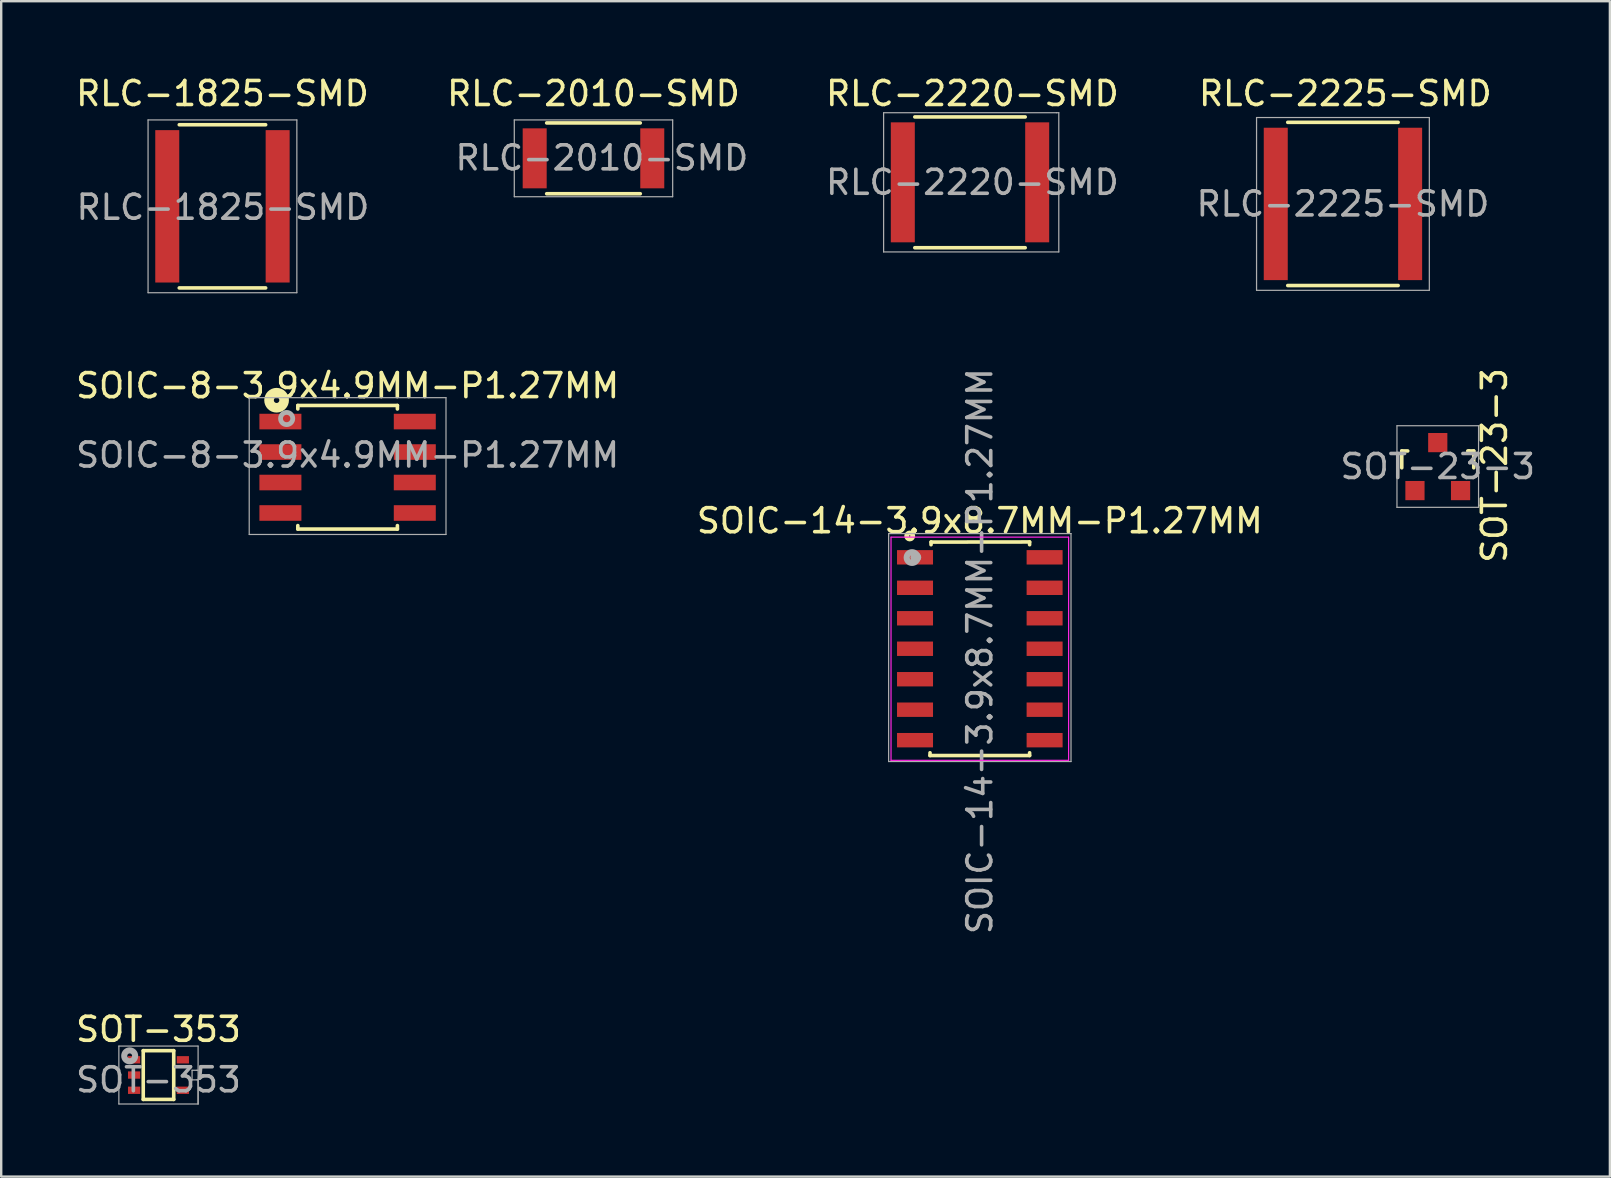
<source format=kicad_pcb>
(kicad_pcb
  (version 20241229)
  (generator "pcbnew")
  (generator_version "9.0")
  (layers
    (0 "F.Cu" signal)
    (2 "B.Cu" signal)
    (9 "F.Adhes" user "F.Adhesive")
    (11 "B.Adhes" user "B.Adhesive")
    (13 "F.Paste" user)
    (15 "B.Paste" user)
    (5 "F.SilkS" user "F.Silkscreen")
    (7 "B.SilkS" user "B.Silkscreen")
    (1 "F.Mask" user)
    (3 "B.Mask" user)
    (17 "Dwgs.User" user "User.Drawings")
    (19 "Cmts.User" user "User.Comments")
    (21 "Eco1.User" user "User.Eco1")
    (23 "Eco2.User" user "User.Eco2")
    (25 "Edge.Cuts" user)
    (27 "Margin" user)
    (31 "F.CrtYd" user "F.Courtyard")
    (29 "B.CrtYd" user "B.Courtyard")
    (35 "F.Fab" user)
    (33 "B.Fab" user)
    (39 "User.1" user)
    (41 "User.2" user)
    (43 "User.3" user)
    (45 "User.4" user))
  (footprint "RLC-2225-SMD"
    (layer "F.Cu")
    (at 52.912 5.448)
    (property "Reference" "RLC-2225-SMD" (at 0 0 0) (layer "F.Fab") (effects (font (size 1 1) (thickness 0.15))))
    (attr smd)
    (fp_line (start -2.3 3.4) (end 2.3 3.4) (stroke (width 0.15) (type solid)) (layer "F.SilkS"))
    (fp_line (start 2.3 -3.4) (end -2.3 -3.4) (stroke (width 0.15) (type solid)) (layer "F.SilkS"))
    (fp_line (start -3.6 -3.6) (end -3.6 3.6) (stroke (width 0.051) (type solid)) (layer "F.Fab"))
    (fp_line (start -3.6 3.6) (end 3.6 3.6) (stroke (width 0.051) (type solid)) (layer "F.Fab"))
    (fp_line (start 3.6 -3.6) (end -3.6 -3.6) (stroke (width 0.051) (type solid)) (layer "F.Fab"))
    (fp_line (start 3.6 3.6) (end 3.6 -3.6) (stroke (width 0.051) (type solid)) (layer "F.Fab"))
    (fp_text user "${REFERENCE}" (at 0.1 -4.6 0) (layer "F.SilkS") (effects (font (size 1 1) (thickness 0.15))))
    (pad "1" smd rect (at -2.8 0) (size 1 6.35) (layers "F.Cu" "F.Mask" "F.Paste"))
    (pad "2" smd rect (at 2.8 0) (size 1 6.35) (layers "F.Cu" "F.Mask" "F.Paste")))
  (footprint "RLC-2220-SMD"
    (layer "F.Cu")
    (at 37.371 4.548)
    (property "Reference" "RLC-2220-SMD" (at 0.1 0 0) (layer "F.Fab") (effects (font (size 1 1) (thickness 0.15))))
    (attr smd)
    (fp_line (start -2.3 2.725) (end 2.3 2.725) (stroke (width 0.15) (type solid)) (layer "F.SilkS"))
    (fp_line (start 2.3 -2.725) (end -2.3 -2.725) (stroke (width 0.15) (type solid)) (layer "F.SilkS"))
    (fp_line (start -3.6 -2.9) (end -3.6 2.9) (stroke (width 0.051) (type solid)) (layer "F.Fab"))
    (fp_line (start -3.6 2.9) (end 3.7 2.9) (stroke (width 0.051) (type solid)) (layer "F.Fab"))
    (fp_line (start 3.6 -2.9) (end -3.6 -2.9) (stroke (width 0.051) (type solid)) (layer "F.Fab"))
    (fp_line (start 3.7 -2.9) (end 3.6 -2.9) (stroke (width 0.051) (type solid)) (layer "F.Fab"))
    (fp_line (start 3.7 2.9) (end 3.7 -2.9) (stroke (width 0.051) (type solid)) (layer "F.Fab"))
    (fp_text user "${REFERENCE}" (at 0.1 -3.7 0) (layer "F.SilkS") (effects (font (size 1 1) (thickness 0.15))))
    (pad "1" smd rect (at -2.8 0) (size 1 5) (layers "F.Cu" "F.Mask" "F.Paste"))
    (pad "2" smd rect (at 2.8 0) (size 1 5) (layers "F.Cu" "F.Mask" "F.Paste")))
  (footprint "SOT-23-3"
    (layer "F.Cu")
    (at 56.863 16.392)
    (property "Reference" "SOT-23-3" (at 0 0 180) (layer "F.Fab") (effects (font (size 1 1) (thickness 0.15))))
    (attr smd)
    (fp_line (start -1.5 -0.65) (end -1.251 -0.65) (stroke (width 0.15) (type solid)) (layer "F.SilkS"))
    (fp_line (start -1.5 0.051) (end -1.5 -0.65) (stroke (width 0.15) (type solid)) (layer "F.SilkS"))
    (fp_line (start 1.299 -0.65) (end 1.251 -0.65) (stroke (width 0.15) (type solid)) (layer "F.SilkS"))
    (fp_line (start 1.299 -0.65) (end 1.5 -0.65) (stroke (width 0.15) (type solid)) (layer "F.SilkS"))
    (fp_line (start 1.5 -0.65) (end 1.5 0.051) (stroke (width 0.15) (type solid)) (layer "F.SilkS"))
    (fp_line (start -1.7 -1.7) (end -1.7 1.7) (stroke (width 0.05) (type solid)) (layer "F.Fab"))
    (fp_line (start -1.7 1.7) (end 1.7 1.7) (stroke (width 0.05) (type solid)) (layer "F.Fab"))
    (fp_line (start 1.7 -1.7) (end -1.7 -1.7) (stroke (width 0.05) (type solid)) (layer "F.Fab"))
    (fp_line (start 1.7 1.7) (end 1.7 -1.7) (stroke (width 0.05) (type solid)) (layer "F.Fab"))
    (fp_text user "${REFERENCE}" (at 2.362 -0.046 90) (layer "F.SilkS") (effects (font (size 1 1) (thickness 0.15))))
    (pad "1" smd rect (at -0.95 1.001) (size 0.8 0.8) (layers "F.Cu" "F.Mask" "F.Paste"))
    (pad "2" smd rect (at 0.95 1.001) (size 0.8 0.8) (layers "F.Cu" "F.Mask" "F.Paste"))
    (pad "3" smd rect (at 0 -0.998) (size 0.8 0.8) (layers "F.Cu" "F.Mask" "F.Paste")))
  (footprint "RLC-2010-SMD"
    (layer "F.Cu")
    (at 21.681 3.548)
    (property "Reference" "RLC-2010-SMD" (at 0 -2.7 0) (layer "F.SilkS") (effects (font (size 1 1) (thickness 0.15))))
    (attr smd)
    (fp_line (start -1.95 -1.475) (end 1.95 -1.475) (stroke (width 0.15) (type solid)) (layer "F.SilkS"))
    (fp_line (start 1.95 1.475) (end -1.95 1.475) (stroke (width 0.15) (type solid)) (layer "F.SilkS"))
    (fp_line (start -3.3 -1.6) (end -3.3 1.6) (stroke (width 0.051) (type solid)) (layer "F.Fab"))
    (fp_line (start -3.3 1.6) (end 3.3 1.6) (stroke (width 0.051) (type solid)) (layer "F.Fab"))
    (fp_line (start 3.3 -1.6) (end -3.3 -1.6) (stroke (width 0.051) (type solid)) (layer "F.Fab"))
    (fp_line (start 3.3 1.6) (end 3.3 -1.6) (stroke (width 0.051) (type solid)) (layer "F.Fab"))
    (fp_text user "${REFERENCE}" (at 0.35 -0.02 0) (layer "F.Fab") (effects (font (size 1 1) (thickness 0.15))))
    (pad "1" smd rect (at -2.45 0) (size 1 2.5) (layers "F.Cu" "F.Mask" "F.Paste"))
    (pad "2" smd rect (at 2.45 0) (size 1 2.5) (layers "F.Cu" "F.Mask" "F.Paste")))
  (footprint "SOIC-8-3.9x4.9MM-P1.27MM"
    (layer "F.Cu")
    (at 11.435 16.422)
    (property "Reference" "SOIC-8-3.9x4.9MM-P1.27MM" (at 0 -0.508 0) (layer "F.Fab") (effects (font (size 1 1) (thickness 0.15))))
    (attr smd)
    (fp_line (start -2.075 -2.575) (end -2.075 -2.43) (stroke (width 0.15) (type solid)) (layer "F.SilkS"))
    (fp_line (start -2.075 -2.575) (end 2.075 -2.575) (stroke (width 0.15) (type solid)) (layer "F.SilkS"))
    (fp_line (start -2.075 2.575) (end -2.075 2.43) (stroke (width 0.15) (type solid)) (layer "F.SilkS"))
    (fp_line (start -2.075 2.575) (end 2.075 2.575) (stroke (width 0.15) (type solid)) (layer "F.SilkS"))
    (fp_line (start 2.075 -2.575) (end 2.075 -2.43) (stroke (width 0.15) (type solid)) (layer "F.SilkS"))
    (fp_line (start 2.075 2.575) (end 2.075 2.43) (stroke (width 0.15) (type solid)) (layer "F.SilkS"))
    (fp_circle (center -2.959 -2.794) (end -2.946 -2.68) (stroke (width 0.4) (type solid)) (fill no) (layer "F.SilkS"))
    (fp_line (start -4.1 -2.9) (end -4.1 2.8) (stroke (width 0.05) (type solid)) (layer "F.Fab"))
    (fp_line (start -4.1 2.8) (end 4.1 2.8) (stroke (width 0.05) (type solid)) (layer "F.Fab"))
    (fp_line (start 4.1 -2.9) (end -4.1 -2.9) (stroke (width 0.05) (type solid)) (layer "F.Fab"))
    (fp_line (start 4.1 2.8) (end 4.1 -2.9) (stroke (width 0.05) (type solid)) (layer "F.Fab"))
    (fp_circle (center -2.54 -2.032) (end -2.286 -2.032) (stroke (width 0.2) (type solid)) (fill no) (layer "F.Fab"))
    (fp_text user "${REFERENCE}" (at 0 -3.4 180) (layer "F.SilkS") (effects (font (size 1 1) (thickness 0.15))))
    (pad "1" smd rect (at -2.8 -1.905) (size 1.75 0.65) (layers "F.Cu" "F.Mask" "F.Paste"))
    (pad "2" smd rect (at -2.8 -0.635) (size 1.75 0.65) (layers "F.Cu" "F.Mask" "F.Paste"))
    (pad "3" smd rect (at -2.8 0.635) (size 1.75 0.65) (layers "F.Cu" "F.Mask" "F.Paste"))
    (pad "4" smd rect (at -2.8 1.905) (size 1.75 0.65) (layers "F.Cu" "F.Mask" "F.Paste"))
    (pad "5" smd rect (at 2.8 1.905) (size 1.75 0.65) (layers "F.Cu" "F.Mask" "F.Paste"))
    (pad "6" smd rect (at 2.8 0.635) (size 1.75 0.65) (layers "F.Cu" "F.Mask" "F.Paste"))
    (pad "7" smd rect (at 2.8 -0.635) (size 1.75 0.65) (layers "F.Cu" "F.Mask" "F.Paste"))
    (pad "8" smd rect (at 2.8 -1.905) (size 1.75 0.65) (layers "F.Cu" "F.Mask" "F.Paste")))
  (footprint "SOIC-14-3.9x8.7MM-P1.27MM"
    (layer "F.Cu")
    (at 37.78 23.984)
    (property "Reference" "SOIC-14-3.9x8.7MM-P1.27MM" (at 0 0.1 90) (layer "F.Fab") (effects (font (size 1 1) (thickness 0.15))))
    (attr smd)
    (fp_line (start -2.075 4.45) (end -2.075 4.335) (stroke (width 0.15) (type solid)) (layer "F.SilkS"))
    (fp_line (start -2.075 4.45) (end 2.075 4.45) (stroke (width 0.15) (type solid)) (layer "F.SilkS"))
    (fp_line (start -2.032 -4.45) (end -2.032 -4.335) (stroke (width 0.15) (type solid)) (layer "F.SilkS"))
    (fp_line (start -2.032 -4.445) (end 2.075 -4.45) (stroke (width 0.15) (type solid)) (layer "F.SilkS"))
    (fp_line (start 2.075 -4.45) (end 2.075 -4.335) (stroke (width 0.15) (type solid)) (layer "F.SilkS"))
    (fp_line (start 2.075 4.45) (end 2.075 4.335) (stroke (width 0.15) (type solid)) (layer "F.SilkS"))
    (fp_circle (center -2.921 -4.699) (end -2.921 -4.572) (stroke (width 0.2) (type solid)) (fill no) (layer "F.SilkS"))
    (fp_line (start -3.7 -4.65) (end -3.7 4.65) (stroke (width 0.05) (type solid)) (layer "F.CrtYd"))
    (fp_line (start -3.7 -4.65) (end 3.7 -4.65) (stroke (width 0.05) (type solid)) (layer "F.CrtYd"))
    (fp_line (start -3.7 4.65) (end 3.7 4.65) (stroke (width 0.05) (type solid)) (layer "F.CrtYd"))
    (fp_line (start 3.7 -4.65) (end 3.7 4.65) (stroke (width 0.05) (type solid)) (layer "F.CrtYd"))
    (fp_line (start -3.8 -4.8) (end -3.8 -4.7) (stroke (width 0.051) (type solid)) (layer "F.Fab"))
    (fp_line (start -3.8 -4.7) (end -3.8 4.7) (stroke (width 0.051) (type solid)) (layer "F.Fab"))
    (fp_line (start -3.8 4.7) (end 3.8 4.7) (stroke (width 0.051) (type solid)) (layer "F.Fab"))
    (fp_line (start 3.8 -4.8) (end -3.8 -4.8) (stroke (width 0.051) (type solid)) (layer "F.Fab"))
    (fp_line (start 3.8 4.7) (end 3.8 -4.8) (stroke (width 0.051) (type solid)) (layer "F.Fab"))
    (fp_circle (center -2.824 -3.8) (end -2.724 -3.6) (stroke (width 0.254) (type solid)) (fill no) (layer "F.Fab"))
    (fp_circle (center -2.667 -3.81) (end -2.667 -3.683) (stroke (width 0.2) (type solid)) (fill no) (layer "F.Fab"))
    (fp_text user "${REFERENCE}" (at 0 -5.333 0) (layer "F.SilkS") (effects (font (size 1 1) (thickness 0.15))))
    (pad "1" smd rect (at -2.7 -3.81) (size 1.5 0.6) (layers "F.Cu" "F.Mask" "F.Paste"))
    (pad "2" smd rect (at -2.7 -2.54) (size 1.5 0.6) (layers "F.Cu" "F.Mask" "F.Paste"))
    (pad "3" smd rect (at -2.7 -1.27) (size 1.5 0.6) (layers "F.Cu" "F.Mask" "F.Paste"))
    (pad "4" smd rect (at -2.7 0) (size 1.5 0.6) (layers "F.Cu" "F.Mask" "F.Paste"))
    (pad "5" smd rect (at -2.7 1.27) (size 1.5 0.6) (layers "F.Cu" "F.Mask" "F.Paste"))
    (pad "6" smd rect (at -2.7 2.54) (size 1.5 0.6) (layers "F.Cu" "F.Mask" "F.Paste"))
    (pad "7" smd rect (at -2.7 3.81) (size 1.5 0.6) (layers "F.Cu" "F.Mask" "F.Paste"))
    (pad "8" smd rect (at 2.7 3.81) (size 1.5 0.6) (layers "F.Cu" "F.Mask" "F.Paste"))
    (pad "9" smd rect (at 2.7 2.54) (size 1.5 0.6) (layers "F.Cu" "F.Mask" "F.Paste"))
    (pad "10" smd rect (at 2.7 1.27) (size 1.5 0.6) (layers "F.Cu" "F.Mask" "F.Paste"))
    (pad "11" smd rect (at 2.7 0) (size 1.5 0.6) (layers "F.Cu" "F.Mask" "F.Paste"))
    (pad "12" smd rect (at 2.7 -1.27) (size 1.5 0.6) (layers "F.Cu" "F.Mask" "F.Paste"))
    (pad "13" smd rect (at 2.7 -2.54) (size 1.5 0.6) (layers "F.Cu" "F.Mask" "F.Paste"))
    (pad "14" smd rect (at 2.7 -3.81) (size 1.5 0.6) (layers "F.Cu" "F.Mask" "F.Paste")))
  (footprint "RLC-1825-SMD"
    (layer "F.Cu")
    (at 6.22 5.548)
    (property "Reference" "RLC-1825-SMD" (at 0 -4.7 0) (layer "F.SilkS") (effects (font (size 1 1) (thickness 0.15))))
    (attr smd)
    (fp_line (start -1.8 3.4) (end 1.8 3.4) (stroke (width 0.15) (type solid)) (layer "F.SilkS"))
    (fp_line (start 1.8 -3.4) (end -1.8 -3.4) (stroke (width 0.15) (type solid)) (layer "F.SilkS"))
    (fp_line (start -3.1 -3.6) (end 3.1 -3.6) (stroke (width 0.051) (type solid)) (layer "F.Fab"))
    (fp_line (start -3.1 3.6) (end -3.1 -3.6) (stroke (width 0.051) (type solid)) (layer "F.Fab"))
    (fp_line (start 3.1 -3.6) (end 3.1 3.6) (stroke (width 0.051) (type solid)) (layer "F.Fab"))
    (fp_line (start 3.1 3.6) (end -3.1 3.6) (stroke (width 0.051) (type solid)) (layer "F.Fab"))
    (fp_text user "${REFERENCE}" (at 0.02 0.04 0) (layer "F.Fab") (effects (font (size 1 1) (thickness 0.15))))
    (pad "1" smd rect (at -2.3 0) (size 1 6.35) (layers "F.Cu" "F.Mask" "F.Paste"))
    (pad "2" smd rect (at 2.3 0) (size 1 6.35) (layers "F.Cu" "F.Mask" "F.Paste")))
  (footprint "SOT-353"
    (layer "F.Cu")
    (at 3.554 41.748)
    (property "Reference" "SOT-353" (at 0 0.2 0) (layer "F.Fab") (effects (font (size 1 1) (thickness 0.15))))
    (attr smd)
    (fp_line (start -0.635 -1.016) (end -0.635 1.016) (stroke (width 0.15) (type solid)) (layer "F.SilkS"))
    (fp_line (start -0.635 1.016) (end 0.635 1.016) (stroke (width 0.15) (type solid)) (layer "F.SilkS"))
    (fp_line (start 0.635 -1.016) (end -0.635 -1.016) (stroke (width 0.15) (type solid)) (layer "F.SilkS"))
    (fp_line (start 0.635 1.016) (end 0.635 -1.016) (stroke (width 0.15) (type solid)) (layer "F.SilkS"))
    (fp_line (start -1.651 -1.206) (end -1.651 1.206) (stroke (width 0.05) (type solid)) (layer "F.Fab"))
    (fp_line (start -1.651 1.206) (end 1.651 1.206) (stroke (width 0.05) (type solid)) (layer "F.Fab"))
    (fp_line (start 1.4 -0.2) (end 1.4 0.2) (stroke (width 0.05) (type solid)) (layer "F.Fab"))
    (fp_line (start 1.4 0.2) (end 1.6 0.2) (stroke (width 0.05) (type solid)) (layer "F.Fab"))
    (fp_line (start 1.6 -0.2) (end 1.4 -0.2) (stroke (width 0.05) (type solid)) (layer "F.Fab"))
    (fp_line (start 1.6 -0.2) (end 1.65 -0.2) (stroke (width 0.05) (type solid)) (layer "F.Fab"))
    (fp_line (start 1.6 0.2) (end 1.65 0.2) (stroke (width 0.05) (type solid)) (layer "F.Fab"))
    (fp_line (start 1.651 -1.206) (end -1.651 -1.206) (stroke (width 0.05) (type solid)) (layer "F.Fab"))
    (fp_line (start 1.651 1.206) (end 1.651 -1.206) (stroke (width 0.05) (type solid)) (layer "F.Fab"))
    (fp_line (start 1.651 1.206) (end 1.651 0.191) (stroke (width 0.05) (type solid)) (layer "F.Fab"))
    (fp_circle (center -1.2 -0.8) (end -1.2 -0.7) (stroke (width 0.254) (type solid)) (fill no) (layer "F.Fab"))
    (fp_text user "${REFERENCE}" (at 0 -1.905 0) (layer "F.SilkS") (effects (font (size 1 1) (thickness 0.15))))
    (pad "1" smd rect (at -1.016 -0.635) (size 0.508 0.305) (layers "F.Cu" "F.Mask" "F.Paste"))
    (pad "2" smd rect (at -1.016 0) (size 0.508 0.305) (layers "F.Cu" "F.Mask" "F.Paste"))
    (pad "3" smd rect (at -1.016 0.635) (size 0.508 0.305) (layers "F.Cu" "F.Mask" "F.Paste"))
    (pad "4" smd rect (at 1.016 0.635) (size 0.508 0.305) (layers "F.Cu" "F.Mask" "F.Paste"))
    (pad "5" smd rect (at 1.016 -0.635) (size 0.508 0.305) (layers "F.Cu" "F.Mask" "F.Paste")))
  (gr_rect
    (start -3 -3)
    (end 64.036 45.98)
    (stroke (width 0.1) (type default))
    (fill no)
    (layer "Edge.Cuts")))
</source>
